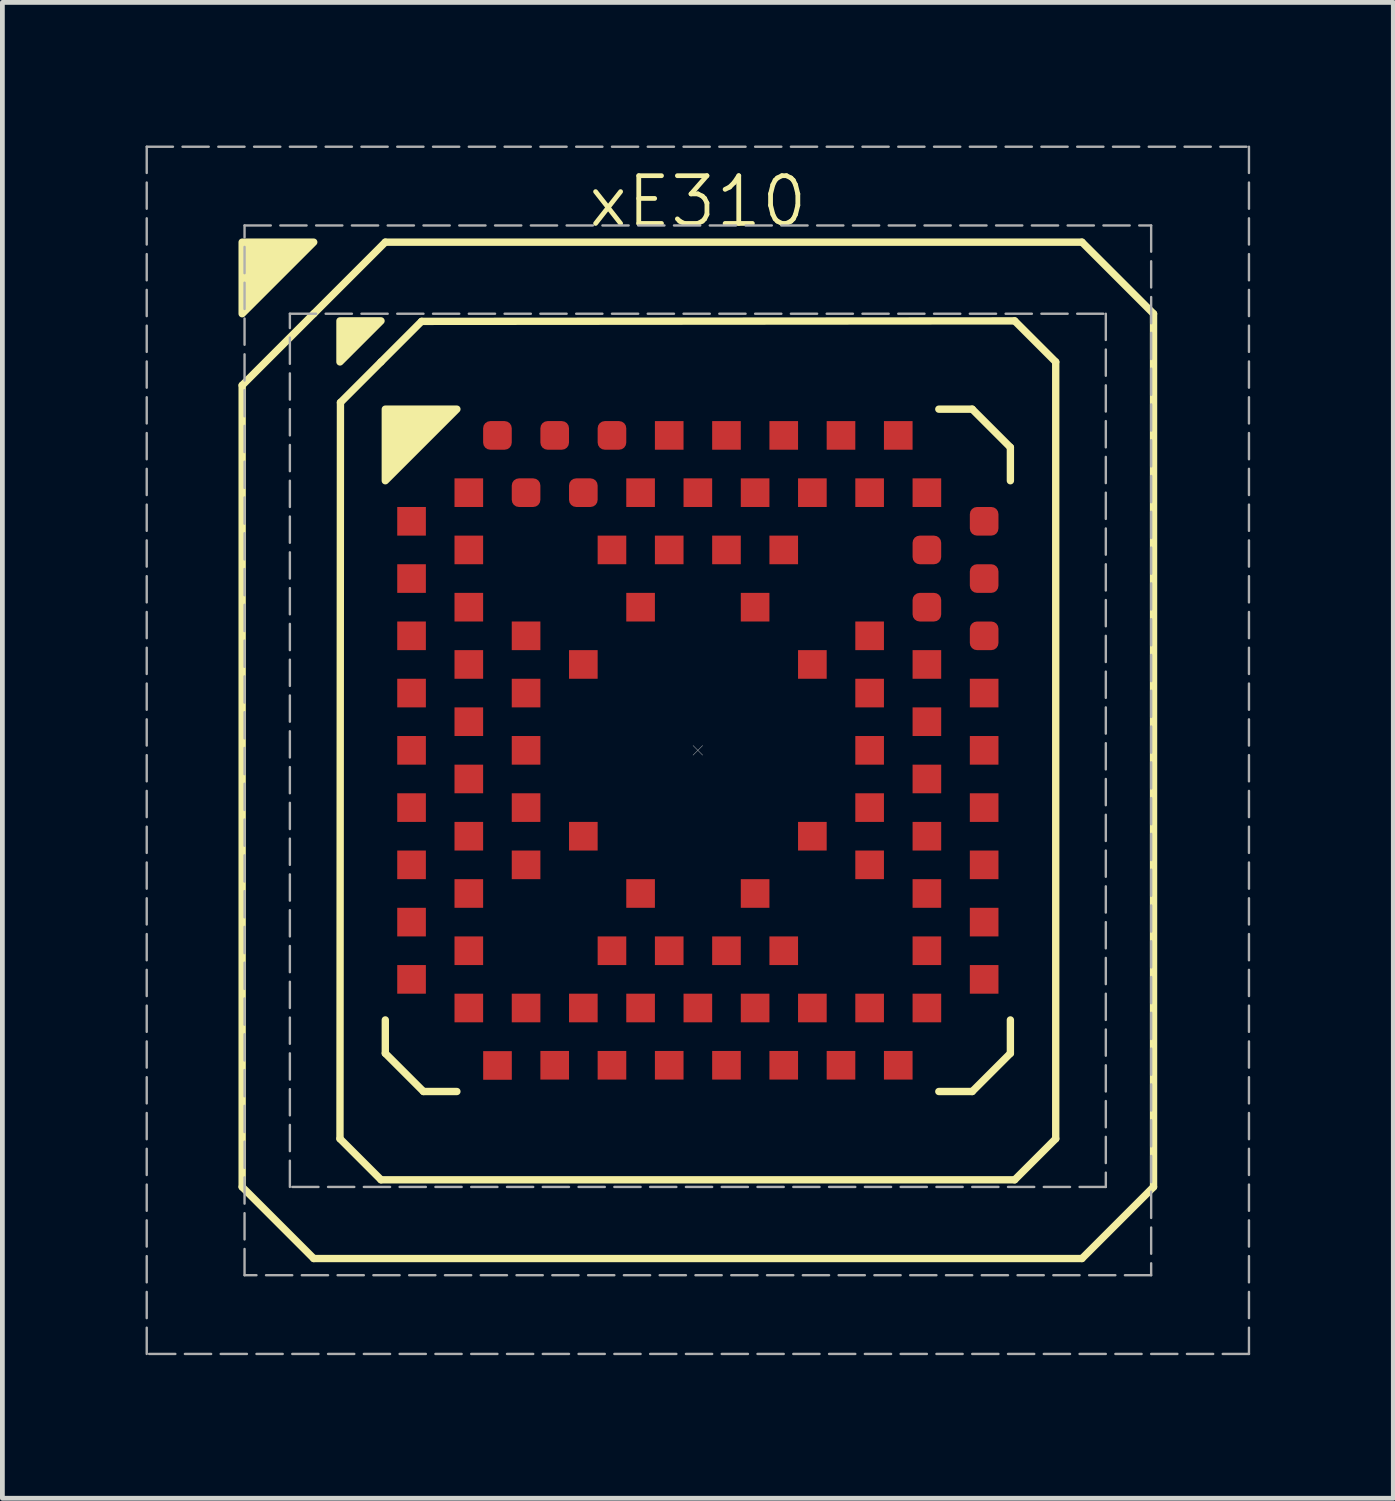
<source format=kicad_pcb>
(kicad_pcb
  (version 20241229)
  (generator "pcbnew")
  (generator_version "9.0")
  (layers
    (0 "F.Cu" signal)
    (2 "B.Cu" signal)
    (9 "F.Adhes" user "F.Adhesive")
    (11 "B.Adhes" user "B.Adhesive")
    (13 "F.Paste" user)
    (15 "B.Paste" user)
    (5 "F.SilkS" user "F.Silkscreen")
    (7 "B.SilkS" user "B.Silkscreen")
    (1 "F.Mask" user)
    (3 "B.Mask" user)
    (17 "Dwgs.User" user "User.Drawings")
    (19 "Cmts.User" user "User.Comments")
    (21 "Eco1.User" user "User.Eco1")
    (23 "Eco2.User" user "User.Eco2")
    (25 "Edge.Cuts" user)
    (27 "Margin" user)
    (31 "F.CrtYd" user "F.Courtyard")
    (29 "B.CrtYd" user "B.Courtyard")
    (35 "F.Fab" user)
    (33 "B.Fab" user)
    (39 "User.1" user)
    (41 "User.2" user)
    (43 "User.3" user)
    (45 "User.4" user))
  (footprint "xE310"
    (layer "F.Cu")
    (at 11.575 12.675)
    (property "Reference" "xE310" (at 0 -11.5 0) (unlocked yes) (layer "F.SilkS") (effects (font (size 1 1) (thickness 0.1))))
    (attr smd)
    (fp_line (start -9.55 -7.65) (end -8.05 -9.15) (stroke (width 0.154) (type default)) (layer "F.SilkS"))
    (fp_line (start -9.55 9.15) (end -9.55 -7.65) (stroke (width 0.154) (type default)) (layer "F.SilkS"))
    (fp_line (start -8.05 -9.15) (end -6.55 -10.65) (stroke (width 0.154) (type default)) (layer "F.SilkS"))
    (fp_line (start -8.05 10.65) (end -9.55 9.15) (stroke (width 0.154) (type default)) (layer "F.SilkS"))
    (fp_line (start -7.5 8.14) (end -7.49 -7.29) (stroke (width 0.154) (type default)) (layer "F.SilkS"))
    (fp_line (start -7.49 -7.29) (end -6.64 -8.14) (stroke (width 0.154) (type default)) (layer "F.SilkS"))
    (fp_line (start -6.64 -8.14) (end -5.79 -8.99) (stroke (width 0.154) (type default)) (layer "F.SilkS"))
    (fp_line (start -6.64 9) (end -7.5 8.14) (stroke (width 0.154) (type default)) (layer "F.SilkS"))
    (fp_line (start -6.55 -10.65) (end 8.05 -10.65) (stroke (width 0.154) (type default)) (layer "F.SilkS"))
    (fp_line (start -6.55 6.35) (end -6.55 5.65) (stroke (width 0.154) (type default)) (layer "F.SilkS"))
    (fp_line (start -6.55 6.35) (end -5.75 7.15) (stroke (width 0.154) (type default)) (layer "F.SilkS"))
    (fp_line (start -5.79 -8.99) (end 6.64 -9) (stroke (width 0.154) (type default)) (layer "F.SilkS"))
    (fp_line (start -5.75 7.15) (end -5.05 7.15) (stroke (width 0.154) (type default)) (layer "F.SilkS"))
    (fp_line (start 5.05 -7.15) (end 5.75 -7.15) (stroke (width 0.154) (type default)) (layer "F.SilkS"))
    (fp_line (start 5.05 7.15) (end 5.75 7.15) (stroke (width 0.154) (type default)) (layer "F.SilkS"))
    (fp_line (start 5.75 -7.15) (end 6.55 -6.35) (stroke (width 0.154) (type default)) (layer "F.SilkS"))
    (fp_line (start 5.75 7.15) (end 6.55 6.35) (stroke (width 0.154) (type default)) (layer "F.SilkS"))
    (fp_line (start 6.55 -5.65) (end 6.55 -6.35) (stroke (width 0.154) (type default)) (layer "F.SilkS"))
    (fp_line (start 6.55 6.35) (end 6.55 5.65) (stroke (width 0.154) (type default)) (layer "F.SilkS"))
    (fp_line (start 6.64 -9) (end 7.5 -8.14) (stroke (width 0.154) (type default)) (layer "F.SilkS"))
    (fp_line (start 6.64 9) (end -6.64 9) (stroke (width 0.154) (type default)) (layer "F.SilkS"))
    (fp_line (start 7.5 -8.14) (end 7.5 8.14) (stroke (width 0.154) (type default)) (layer "F.SilkS"))
    (fp_line (start 7.5 8.14) (end 6.64 9) (stroke (width 0.154) (type default)) (layer "F.SilkS"))
    (fp_line (start 8.05 -10.65) (end 9.55 -9.15) (stroke (width 0.154) (type default)) (layer "F.SilkS"))
    (fp_line (start 8.05 10.65) (end -8.05 10.65) (stroke (width 0.154) (type default)) (layer "F.SilkS"))
    (fp_line (start 9.55 -9.15) (end 9.55 9.15) (stroke (width 0.154) (type default)) (layer "F.SilkS"))
    (fp_line (start 9.55 9.15) (end 8.05 10.65) (stroke (width 0.154) (type default)) (layer "F.SilkS"))
    (fp_poly (pts (xy -9.55 -9.15) (xy -8.05 -10.65) (xy -9.55 -10.65)) (stroke (width 0.154) (type solid)) (fill yes) (layer "F.SilkS"))
    (fp_poly (pts (xy -7.5 -8.14) (xy -6.64 -9) (xy -7.5 -9)) (stroke (width 0.154) (type solid)) (fill yes) (layer "F.SilkS"))
    (fp_poly (pts (xy -6.55 -7.15) (xy -6.55 -5.65) (xy -5.05 -7.15)) (stroke (width 0.154) (type solid)) (fill yes) (layer "F.SilkS"))
    (fp_line (start -0.1 -0.1) (end 0.1 0.1) (stroke (width 0.01) (type default)) (layer "F.Fab"))
    (fp_line (start -0.1 0.1) (end 0.1 -0.1) (stroke (width 0.01) (type default)) (layer "F.Fab"))
    (fp_rect (start -11.55 -12.65) (end 11.55 12.65) (stroke (width 0.05) (type dash)) (fill no) (layer "F.Fab"))
    (fp_rect (start -9.5 -11) (end 9.5 11) (stroke (width 0.05) (type dash)) (fill no) (layer "F.Fab"))
    (fp_rect (start -8.55 -9.15) (end 8.55 9.15) (stroke (width 0.05) (type dash)) (fill no) (layer "F.Fab"))
    (pad "A3" smd roundrect (at -4.2 -6.6) (size 0.6 0.6) (layers "F.Cu" "F.Mask" "F.Paste") (roundrect_rratio 0.25))
    (pad "A5" smd roundrect (at -3 -6.6) (size 0.6 0.6) (layers "F.Cu" "F.Mask" "F.Paste") (roundrect_rratio 0.25))
    (pad "A7" smd roundrect (at -1.8 -6.6) (size 0.6 0.6) (layers "F.Cu" "F.Mask" "F.Paste") (roundrect_rratio 0.25))
    (pad "A9" smd rect (at -0.6 -6.6) (size 0.6 0.6) (layers "F.Cu" "F.Mask" "F.Paste"))
    (pad "A11" smd rect (at 0.6 -6.6) (size 0.6 0.6) (layers "F.Cu" "F.Mask" "F.Paste"))
    (pad "A13" smd rect (at 1.8 -6.6) (size 0.6 0.6) (layers "F.Cu" "F.Mask" "F.Paste"))
    (pad "A15" smd rect (at 3 -6.6) (size 0.6 0.6) (layers "F.Cu" "F.Mask" "F.Paste"))
    (pad "A17" smd rect (at 4.2 -6.6) (size 0.6 0.6) (layers "F.Cu" "F.Mask" "F.Paste"))
    (pad "AA3" smd rect (at -4.199 6.604) (size 0.6 0.6) (layers "F.Cu" "F.Mask" "F.Paste"))
    (pad "AA5" smd rect (at -3 6.6) (size 0.6 0.6) (layers "F.Cu" "F.Mask" "F.Paste"))
    (pad "AA7" smd rect (at -1.8 6.6) (size 0.6 0.6) (layers "F.Cu" "F.Mask" "F.Paste"))
    (pad "AA9" smd rect (at -0.6 6.6) (size 0.6 0.6) (layers "F.Cu" "F.Mask" "F.Paste"))
    (pad "AA11" smd rect (at 0.6 6.6) (size 0.6 0.6) (layers "F.Cu" "F.Mask" "F.Paste"))
    (pad "AA13" smd rect (at 1.8 6.6) (size 0.6 0.6) (layers "F.Cu" "F.Mask" "F.Paste"))
    (pad "AA15" smd rect (at 3 6.6) (size 0.6 0.6) (layers "F.Cu" "F.Mask" "F.Paste"))
    (pad "AA17" smd rect (at 4.2 6.6) (size 0.6 0.6) (layers "F.Cu" "F.Mask" "F.Paste"))
    (pad "B2" smd rect (at -4.8 -5.4) (size 0.6 0.6) (layers "F.Cu" "F.Mask" "F.Paste"))
    (pad "B4" smd roundrect (at -3.6 -5.4) (size 0.6 0.6) (layers "F.Cu" "F.Mask" "F.Paste") (roundrect_rratio 0.25))
    (pad "B6" smd roundrect (at -2.4 -5.4) (size 0.6 0.6) (layers "F.Cu" "F.Mask" "F.Paste") (roundrect_rratio 0.25))
    (pad "B8" smd rect (at -1.2 -5.4) (size 0.6 0.6) (layers "F.Cu" "F.Mask" "F.Paste"))
    (pad "B10" smd rect (at 0 -5.4) (size 0.6 0.6) (layers "F.Cu" "F.Mask" "F.Paste"))
    (pad "B12" smd rect (at 1.2 -5.4) (size 0.6 0.6) (layers "F.Cu" "F.Mask" "F.Paste"))
    (pad "B14" smd rect (at 2.4 -5.4) (size 0.6 0.6) (layers "F.Cu" "F.Mask" "F.Paste"))
    (pad "B16" smd rect (at 3.6 -5.4) (size 0.6 0.6) (layers "F.Cu" "F.Mask" "F.Paste"))
    (pad "B18" smd rect (at 4.8 -5.4) (size 0.6 0.6) (layers "F.Cu" "F.Mask" "F.Paste"))
    (pad "C1" smd rect (at -6 -4.8) (size 0.6 0.6) (layers "F.Cu" "F.Mask" "F.Paste"))
    (pad "C19" smd roundrect (at 6 -4.8) (size 0.6 0.6) (layers "F.Cu" "F.Mask" "F.Paste") (roundrect_rratio 0.25))
    (pad "D2" smd rect (at -4.8 -4.2) (size 0.6 0.6) (layers "F.Cu" "F.Mask" "F.Paste"))
    (pad "D7" smd rect (at -1.8 -4.2) (size 0.6 0.6) (layers "F.Cu" "F.Mask" "F.Paste"))
    (pad "D9" smd rect (at -0.6 -4.2) (size 0.6 0.6) (layers "F.Cu" "F.Mask" "F.Paste"))
    (pad "D11" smd rect (at 0.6 -4.2) (size 0.6 0.6) (layers "F.Cu" "F.Mask" "F.Paste"))
    (pad "D13" smd rect (at 1.8 -4.2) (size 0.6 0.6) (layers "F.Cu" "F.Mask" "F.Paste"))
    (pad "D18" smd roundrect (at 4.8 -4.2) (size 0.6 0.6) (layers "F.Cu" "F.Mask" "F.Paste") (roundrect_rratio 0.25))
    (pad "E1" smd rect (at -6 -3.6) (size 0.6 0.6) (layers "F.Cu" "F.Mask" "F.Paste"))
    (pad "E19" smd roundrect (at 6 -3.6) (size 0.6 0.6) (layers "F.Cu" "F.Mask" "F.Paste") (roundrect_rratio 0.25))
    (pad "F2" smd rect (at -4.8 -3) (size 0.6 0.6) (layers "F.Cu" "F.Mask" "F.Paste"))
    (pad "F8" smd rect (at -1.2 -3) (size 0.6 0.6) (layers "F.Cu" "F.Mask" "F.Paste"))
    (pad "F12" smd rect (at 1.2 -3) (size 0.6 0.6) (layers "F.Cu" "F.Mask" "F.Paste"))
    (pad "F18" smd roundrect (at 4.8 -3) (size 0.6 0.6) (layers "F.Cu" "F.Mask" "F.Paste") (roundrect_rratio 0.25))
    (pad "G1" smd rect (at -6 -2.4) (size 0.6 0.6) (layers "F.Cu" "F.Mask" "F.Paste"))
    (pad "G4" smd rect (at -3.6 -2.4) (size 0.6 0.6) (layers "F.Cu" "F.Mask" "F.Paste"))
    (pad "G16" smd rect (at 3.6 -2.4) (size 0.6 0.6) (layers "F.Cu" "F.Mask" "F.Paste"))
    (pad "G19" smd roundrect (at 6 -2.4) (size 0.6 0.6) (layers "F.Cu" "F.Mask" "F.Paste") (roundrect_rratio 0.25))
    (pad "H2" smd rect (at -4.8 -1.8) (size 0.6 0.6) (layers "F.Cu" "F.Mask" "F.Paste"))
    (pad "H6" smd rect (at -2.4 -1.8) (size 0.6 0.6) (layers "F.Cu" "F.Mask" "F.Paste"))
    (pad "H14" smd rect (at 2.4 -1.8) (size 0.6 0.6) (layers "F.Cu" "F.Mask" "F.Paste"))
    (pad "H18" smd rect (at 4.8 -1.8) (size 0.6 0.6) (layers "F.Cu" "F.Mask" "F.Paste"))
    (pad "J1" smd rect (at -6 -1.2) (size 0.6 0.6) (layers "F.Cu" "F.Mask" "F.Paste"))
    (pad "J4" smd rect (at -3.6 -1.2) (size 0.6 0.6) (layers "F.Cu" "F.Mask" "F.Paste"))
    (pad "J16" smd rect (at 3.6 -1.2) (size 0.6 0.6) (layers "F.Cu" "F.Mask" "F.Paste"))
    (pad "J19" smd rect (at 6 -1.2) (size 0.6 0.6) (layers "F.Cu" "F.Mask" "F.Paste"))
    (pad "K2" smd rect (at -4.8 -0.6) (size 0.6 0.6) (layers "F.Cu" "F.Mask" "F.Paste"))
    (pad "K18" smd rect (at 4.8 -0.6) (size 0.6 0.6) (layers "F.Cu" "F.Mask" "F.Paste"))
    (pad "L1" smd rect (at -6 0) (size 0.6 0.6) (layers "F.Cu" "F.Mask" "F.Paste"))
    (pad "L4" smd rect (at -3.6 0) (size 0.6 0.6) (layers "F.Cu" "F.Mask" "F.Paste"))
    (pad "L16" smd rect (at 3.6 0) (size 0.6 0.6) (layers "F.Cu" "F.Mask" "F.Paste"))
    (pad "L19" smd rect (at 6 0) (size 0.6 0.6) (layers "F.Cu" "F.Mask" "F.Paste"))
    (pad "M2" smd rect (at -4.8 0.6) (size 0.6 0.6) (layers "F.Cu" "F.Mask" "F.Paste"))
    (pad "M18" smd rect (at 4.8 0.6) (size 0.6 0.6) (layers "F.Cu" "F.Mask" "F.Paste"))
    (pad "N1" smd rect (at -6 1.2) (size 0.6 0.6) (layers "F.Cu" "F.Mask" "F.Paste"))
    (pad "N4" smd rect (at -3.6 1.2) (size 0.6 0.6) (layers "F.Cu" "F.Mask" "F.Paste"))
    (pad "N16" smd rect (at 3.6 1.2) (size 0.6 0.6) (layers "F.Cu" "F.Mask" "F.Paste"))
    (pad "N19" smd rect (at 6 1.2) (size 0.6 0.6) (layers "F.Cu" "F.Mask" "F.Paste"))
    (pad "P2" smd rect (at -4.8 1.8) (size 0.6 0.6) (layers "F.Cu" "F.Mask" "F.Paste"))
    (pad "P6" smd rect (at -2.4 1.8) (size 0.6 0.6) (layers "F.Cu" "F.Mask" "F.Paste"))
    (pad "P14" smd rect (at 2.4 1.8) (size 0.6 0.6) (layers "F.Cu" "F.Mask" "F.Paste"))
    (pad "P18" smd rect (at 4.8 1.8) (size 0.6 0.6) (layers "F.Cu" "F.Mask" "F.Paste"))
    (pad "R1" smd rect (at -6 2.4) (size 0.6 0.6) (layers "F.Cu" "F.Mask" "F.Paste"))
    (pad "R4" smd rect (at -3.6 2.4) (size 0.6 0.6) (layers "F.Cu" "F.Mask" "F.Paste"))
    (pad "R16" smd rect (at 3.6 2.4) (size 0.6 0.6) (layers "F.Cu" "F.Mask" "F.Paste"))
    (pad "R19" smd rect (at 6 2.4) (size 0.6 0.6) (layers "F.Cu" "F.Mask" "F.Paste"))
    (pad "T2" smd rect (at -4.8 3) (size 0.6 0.6) (layers "F.Cu" "F.Mask" "F.Paste"))
    (pad "T8" smd rect (at -1.2 3) (size 0.6 0.6) (layers "F.Cu" "F.Mask" "F.Paste"))
    (pad "T12" smd rect (at 1.2 3) (size 0.6 0.6) (layers "F.Cu" "F.Mask" "F.Paste"))
    (pad "T18" smd rect (at 4.8 3) (size 0.6 0.6) (layers "F.Cu" "F.Mask" "F.Paste"))
    (pad "U1" smd rect (at -6 3.6) (size 0.6 0.6) (layers "F.Cu" "F.Mask" "F.Paste"))
    (pad "U19" smd rect (at 6 3.6) (size 0.6 0.6) (layers "F.Cu" "F.Mask" "F.Paste"))
    (pad "V2" smd rect (at -4.8 4.2) (size 0.6 0.6) (layers "F.Cu" "F.Mask" "F.Paste"))
    (pad "V7" smd rect (at -1.8 4.2) (size 0.6 0.6) (layers "F.Cu" "F.Mask" "F.Paste"))
    (pad "V9" smd rect (at -0.6 4.2) (size 0.6 0.6) (layers "F.Cu" "F.Mask" "F.Paste"))
    (pad "V11" smd rect (at 0.6 4.2) (size 0.6 0.6) (layers "F.Cu" "F.Mask" "F.Paste"))
    (pad "V13" smd rect (at 1.8 4.2) (size 0.6 0.6) (layers "F.Cu" "F.Mask" "F.Paste"))
    (pad "V18" smd rect (at 4.8 4.2) (size 0.6 0.6) (layers "F.Cu" "F.Mask" "F.Paste"))
    (pad "W1" smd rect (at -6 4.8) (size 0.6 0.6) (layers "F.Cu" "F.Mask" "F.Paste"))
    (pad "W19" smd rect (at 6 4.8) (size 0.6 0.6) (layers "F.Cu" "F.Mask" "F.Paste"))
    (pad "Y2" smd rect (at -4.8 5.4) (size 0.6 0.6) (layers "F.Cu" "F.Mask" "F.Paste"))
    (pad "Y4" smd rect (at -3.6 5.4) (size 0.6 0.6) (layers "F.Cu" "F.Mask" "F.Paste"))
    (pad "Y6" smd rect (at -2.4 5.4) (size 0.6 0.6) (layers "F.Cu" "F.Mask" "F.Paste"))
    (pad "Y8" smd rect (at -1.2 5.4) (size 0.6 0.6) (layers "F.Cu" "F.Mask" "F.Paste"))
    (pad "Y10" smd rect (at 0 5.4) (size 0.6 0.6) (layers "F.Cu" "F.Mask" "F.Paste"))
    (pad "Y12" smd rect (at 1.2 5.4) (size 0.6 0.6) (layers "F.Cu" "F.Mask" "F.Paste"))
    (pad "Y14" smd rect (at 2.4 5.4) (size 0.6 0.6) (layers "F.Cu" "F.Mask" "F.Paste"))
    (pad "Y16" smd rect (at 3.6 5.4) (size 0.6 0.6) (layers "F.Cu" "F.Mask" "F.Paste"))
    (pad "Y18" smd rect (at 4.8 5.4) (size 0.6 0.6) (layers "F.Cu" "F.Mask" "F.Paste"))
    (zone (net_name "") (layer "F.Cu") (hatch full 0.508) (connect_pads) (min_thickness 0.01) (filled_areas_thickness no) (keepout (tracks not_allowed) (vias not_allowed) (pads not_allowed) (copperpour not_allowed) (footprints allowed)) (placement (enabled no)) (fill) (polygon (pts (xy 7.625 8.725) (xy 8.325 8.725) (xy 8.325 9.425) (xy 7.625 9.425))))
    (zone (net_name "") (layer "F.Cu") (hatch full 0.508) (connect_pads) (min_thickness 0.01) (filled_areas_thickness no) (keepout (tracks not_allowed) (vias not_allowed) (pads not_allowed) (copperpour not_allowed) (footprints allowed)) (placement (enabled no)) (fill) (polygon (pts (xy 7.625 8.725) (xy 8.325 8.725) (xy 8.325 9.425) (xy 7.625 9.425))))
    (zone (net_name "") (layer "F.Cu") (hatch full 0.508) (connect_pads) (min_thickness 0.01) (filled_areas_thickness no) (keepout (tracks not_allowed) (vias not_allowed) (pads not_allowed) (copperpour not_allowed) (footprints allowed)) (placement (enabled no)) (fill) (polygon (pts (xy 7.625 15.925) (xy 8.325 15.925) (xy 8.325 16.625) (xy 7.625 16.625))))
    (zone (net_name "") (layer "F.Cu") (hatch full 0.508) (connect_pads) (min_thickness 0.01) (filled_areas_thickness no) (keepout (tracks not_allowed) (vias not_allowed) (pads not_allowed) (copperpour not_allowed) (footprints allowed)) (placement (enabled no)) (fill) (polygon (pts (xy 7.625 15.925) (xy 8.325 15.925) (xy 8.325 16.625) (xy 7.625 16.625))))
    (zone (net_name "") (layer "F.Cu") (hatch full 0.508) (connect_pads) (min_thickness 0.01) (filled_areas_thickness no) (keepout (tracks not_allowed) (vias not_allowed) (pads not_allowed) (copperpour not_allowed) (footprints allowed)) (placement (enabled no)) (fill) (polygon (pts (xy 14.825 8.725) (xy 15.525 8.725) (xy 15.525 9.425) (xy 14.825 9.425))))
    (zone (net_name "") (layer "F.Cu") (hatch full 0.508) (connect_pads) (min_thickness 0.01) (filled_areas_thickness no) (keepout (tracks not_allowed) (vias not_allowed) (pads not_allowed) (copperpour not_allowed) (footprints allowed)) (placement (enabled no)) (fill) (polygon (pts (xy 14.825 8.725) (xy 15.525 8.725) (xy 15.525 9.425) (xy 14.825 9.425))))
    (zone (net_name "") (layer "F.Cu") (hatch full 0.508) (connect_pads) (min_thickness 0.01) (filled_areas_thickness no) (keepout (tracks not_allowed) (vias not_allowed) (pads not_allowed) (copperpour not_allowed) (footprints allowed)) (placement (enabled no)) (fill) (polygon (pts (xy 14.825 15.925) (xy 15.525 15.925) (xy 15.525 16.625) (xy 14.825 16.625))))
    (zone (net_name "") (layer "F.Cu") (hatch full 0.508) (connect_pads) (min_thickness 0.01) (filled_areas_thickness no) (keepout (tracks not_allowed) (vias not_allowed) (pads not_allowed) (copperpour not_allowed) (footprints allowed)) (placement (enabled no)) (fill) (polygon (pts (xy 14.825 15.925) (xy 15.525 15.925) (xy 15.525 16.625) (xy 14.825 16.625))))
    (zone (net_name "") (layer "F.Cu") (hatch full 0.508) (connect_pads) (min_thickness 0.5) (filled_areas_thickness no) (keepout (tracks not_allowed) (vias not_allowed) (pads not_allowed) (copperpour not_allowed) (footprints allowed)) (placement (enabled no)) (fill) (polygon (pts (xy 6.385 6.385) (xy 6.383 6.434) (xy 6.375 6.483) (xy 6.363 6.53) (xy 6.347 6.576) (xy 6.326 6.621) (xy 6.301 6.663) (xy 6.272 6.702) (xy 6.239 6.739) (xy 6.202 6.772) (xy 6.163 6.801) (xy 6.121 6.826) (xy 6.076 6.847) (xy 6.03 6.863) (xy 5.983 6.875) (xy 5.934 6.883) (xy 5.885 6.885) (xy 5.836 6.883) (xy 5.787 6.875) (xy 5.74 6.863) (xy 5.694 6.847) (xy 5.649 6.826) (xy 5.607 6.801) (xy 5.568 6.772) (xy 5.531 6.739) (xy 5.498 6.702) (xy 5.469 6.663) (xy 5.444 6.621) (xy 5.423 6.576) (xy 5.407 6.53) (xy 5.395 6.483) (xy 5.387 6.434) (xy 5.385 6.385) (xy 5.387 6.336) (xy 5.395 6.287) (xy 5.407 6.24) (xy 5.423 6.194) (xy 5.444 6.149) (xy 5.469 6.107) (xy 5.498 6.068) (xy 5.531 6.031) (xy 5.568 5.998) (xy 5.607 5.969) (xy 5.649 5.944) (xy 5.694 5.923) (xy 5.74 5.907) (xy 5.787 5.895) (xy 5.836 5.887) (xy 5.885 5.885) (xy 5.934 5.887) (xy 5.983 5.895) (xy 6.03 5.907) (xy 6.076 5.923) (xy 6.121 5.944) (xy 6.163 5.969) (xy 6.202 5.998) (xy 6.239 6.031) (xy 6.272 6.068) (xy 6.301 6.107) (xy 6.326 6.149) (xy 6.347 6.194) (xy 6.363 6.24) (xy 6.375 6.287) (xy 6.383 6.336))))
    (zone (net_name "") (layer "F.Cu") (hatch full 0.508) (connect_pads) (min_thickness 0.5) (filled_areas_thickness no) (keepout (tracks not_allowed) (vias not_allowed) (pads not_allowed) (copperpour not_allowed) (footprints allowed)) (placement (enabled no)) (fill) (polygon (pts (xy 6.385 6.385) (xy 6.383 6.434) (xy 6.375 6.483) (xy 6.363 6.53) (xy 6.347 6.576) (xy 6.326 6.621) (xy 6.301 6.663) (xy 6.272 6.702) (xy 6.239 6.739) (xy 6.202 6.772) (xy 6.163 6.801) (xy 6.121 6.826) (xy 6.076 6.847) (xy 6.03 6.863) (xy 5.983 6.875) (xy 5.934 6.883) (xy 5.885 6.885) (xy 5.836 6.883) (xy 5.787 6.875) (xy 5.74 6.863) (xy 5.694 6.847) (xy 5.649 6.826) (xy 5.607 6.801) (xy 5.568 6.772) (xy 5.531 6.739) (xy 5.498 6.702) (xy 5.469 6.663) (xy 5.444 6.621) (xy 5.423 6.576) (xy 5.407 6.53) (xy 5.395 6.483) (xy 5.387 6.434) (xy 5.385 6.385) (xy 5.387 6.336) (xy 5.395 6.287) (xy 5.407 6.24) (xy 5.423 6.194) (xy 5.444 6.149) (xy 5.469 6.107) (xy 5.498 6.068) (xy 5.531 6.031) (xy 5.568 5.998) (xy 5.607 5.969) (xy 5.649 5.944) (xy 5.694 5.923) (xy 5.74 5.907) (xy 5.787 5.895) (xy 5.836 5.887) (xy 5.885 5.885) (xy 5.934 5.887) (xy 5.983 5.895) (xy 6.03 5.907) (xy 6.076 5.923) (xy 6.121 5.944) (xy 6.163 5.969) (xy 6.202 5.998) (xy 6.239 6.031) (xy 6.272 6.068) (xy 6.301 6.107) (xy 6.326 6.149) (xy 6.347 6.194) (xy 6.363 6.24) (xy 6.375 6.287) (xy 6.383 6.336)))))
  (gr_rect
    (start -3 -3)
    (end 26.15 28.35)
    (stroke (width 0.1) (type default))
    (fill no)
    (layer "Edge.Cuts")))
</source>
